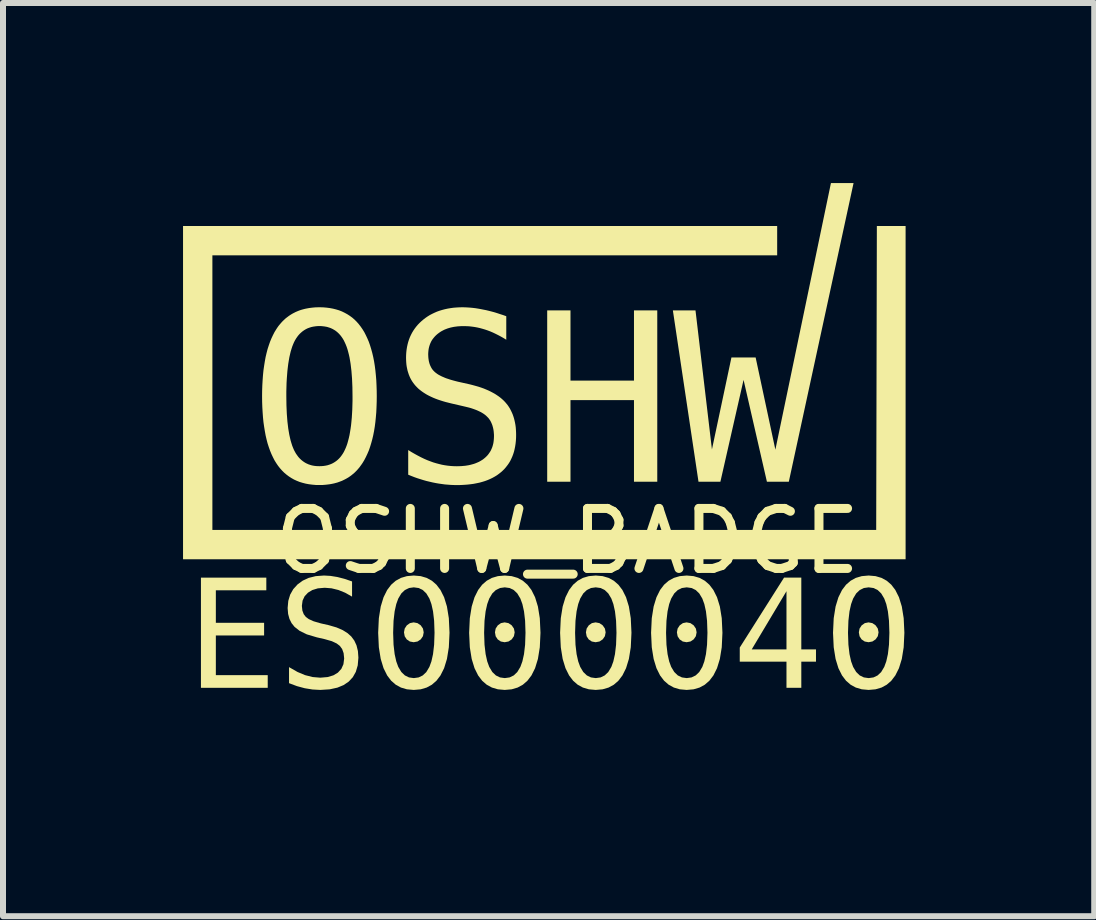
<source format=kicad_pcb>
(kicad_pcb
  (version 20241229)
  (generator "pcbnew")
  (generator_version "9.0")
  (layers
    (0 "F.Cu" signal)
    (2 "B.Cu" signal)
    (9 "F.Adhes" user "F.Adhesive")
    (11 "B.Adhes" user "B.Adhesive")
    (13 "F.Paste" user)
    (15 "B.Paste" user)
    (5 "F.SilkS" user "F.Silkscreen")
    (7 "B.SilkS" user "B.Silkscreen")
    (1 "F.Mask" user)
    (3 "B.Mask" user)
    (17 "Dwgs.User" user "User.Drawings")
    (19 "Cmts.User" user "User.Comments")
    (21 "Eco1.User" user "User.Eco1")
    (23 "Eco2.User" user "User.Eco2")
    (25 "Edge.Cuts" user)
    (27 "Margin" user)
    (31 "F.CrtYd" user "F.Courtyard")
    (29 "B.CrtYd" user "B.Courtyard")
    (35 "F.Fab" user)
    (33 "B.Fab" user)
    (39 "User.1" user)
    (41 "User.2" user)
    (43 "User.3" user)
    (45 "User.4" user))
  (footprint "OSHW_BADGE"
    (layer "F.Cu")
    (at 6.406 6.467)
    (property "Reference" "OSHW_BADGE" (at 0 -0.5 0) (unlocked yes) (layer "F.SilkS") (effects (font (size 1 1) (thickness 0.15))))
    (attr smd board_only exclude_from_pos_files exclude_from_bom allow_missing_courtyard)
    (fp_poly (pts (xy -3.178 -2.915) (xy -3.178 -2.915) (xy -3.178 -2.915)) (stroke (width 0) (type solid)) (fill yes) (layer "F.SilkS"))
    (fp_poly (pts (xy 5.634 -0.198) (xy -6.406 -0.198) (xy -6.406 -5.751) (xy 3.494 -5.751) (xy 3.494 -5.262) (xy -5.917 -5.262) (xy -5.917 -0.687) (xy 5.144 -0.687) (xy 5.155 -5.751) (xy 5.634 -5.751)) (stroke (width 0) (type solid)) (fill yes) (layer "F.SilkS"))
    (fp_poly (pts (xy 0.05 -3.175) (xy 1.108 -3.175) (xy 1.108 -4.345) (xy 1.496 -4.345) (xy 1.496 -1.49) (xy 1.108 -1.49) (xy 1.108 -2.85) (xy 0.05 -2.85) (xy 0.05 -1.49) (xy -0.338 -1.49) (xy -0.338 -4.345) (xy 0.05 -4.345)) (stroke (width 0) (type solid)) (fill yes) (layer "F.SilkS"))
    (fp_poly (pts (xy 3.688 -1.49) (xy 3.323 -1.49) (xy 2.934 -3.187) (xy 2.548 -1.49) (xy 2.183 -1.49) (xy 1.756 -4.345) (xy 2.133 -4.345) (xy 2.407 -2.028) (xy 2.732 -3.561) (xy 3.135 -3.561) (xy 3.464 -2.024) (xy 4.39 -6.467) (xy 4.767 -6.467)) (stroke (width 0) (type solid)) (fill yes) (layer "F.SilkS"))
    (fp_poly (pts (xy -4.075 -4.396) (xy -4.017 -4.391) (xy -3.962 -4.384) (xy -3.908 -4.374) (xy -3.856 -4.361) (xy -3.806 -4.346) (xy -3.758 -4.327) (xy -3.713 -4.305) (xy -3.669 -4.281) (xy -3.627 -4.254) (xy -3.586 -4.224) (xy -3.548 -4.191) (xy -3.512 -4.155) (xy -3.478 -4.116) (xy -3.446 -4.075) (xy -3.415 -4.03) (xy -3.386 -3.983) (xy -3.36 -3.932) (xy -3.335 -3.879) (xy -3.311 -3.823) (xy -3.29 -3.763) (xy -3.271 -3.701) (xy -3.253 -3.636) (xy -3.237 -3.568) (xy -3.223 -3.497) (xy -3.211 -3.422) (xy -3.201 -3.345) (xy -3.193 -3.265) (xy -3.186 -3.182) (xy -3.182 -3.096) (xy -3.179 -3.007) (xy -3.178 -2.915) (xy -3.179 -2.823) (xy -3.182 -2.735) (xy -3.186 -2.649) (xy -3.193 -2.566) (xy -3.201 -2.486) (xy -3.211 -2.409) (xy -3.223 -2.335) (xy -3.237 -2.264) (xy -3.253 -2.196) (xy -3.271 -2.131) (xy -3.29 -2.069) (xy -3.311 -2.009) (xy -3.335 -1.953) (xy -3.36 -1.9) (xy -3.386 -1.85) (xy -3.415 -1.802) (xy -3.43 -1.78) (xy -3.446 -1.758) (xy -3.461 -1.737) (xy -3.478 -1.716) (xy -3.495 -1.696) (xy -3.512 -1.677) (xy -3.53 -1.659) (xy -3.548 -1.641) (xy -3.567 -1.625) (xy -3.586 -1.609) (xy -3.606 -1.593) (xy -3.627 -1.578) (xy -3.647 -1.564) (xy -3.669 -1.551) (xy -3.69 -1.539) (xy -3.713 -1.527) (xy -3.735 -1.516) (xy -3.758 -1.505) (xy -3.782 -1.496) (xy -3.806 -1.487) (xy -3.831 -1.478) (xy -3.856 -1.471) (xy -3.882 -1.464) (xy -3.908 -1.458) (xy -3.934 -1.453) (xy -3.962 -1.448) (xy -4.017 -1.441) (xy -4.075 -1.436) (xy -4.134 -1.435) (xy -4.194 -1.436) (xy -4.251 -1.441) (xy -4.307 -1.448) (xy -4.361 -1.458) (xy -4.412 -1.471) (xy -4.462 -1.486) (xy -4.51 -1.505) (xy -4.556 -1.526) (xy -4.6 -1.551) (xy -4.642 -1.578) (xy -4.682 -1.608) (xy -4.72 -1.64) (xy -4.756 -1.676) (xy -4.791 -1.715) (xy -4.823 -1.756) (xy -4.853 -1.8) (xy -4.882 -1.847) (xy -4.908 -1.898) (xy -4.933 -1.951) (xy -4.956 -2.007) (xy -4.977 -2.066) (xy -4.997 -2.128) (xy -5.014 -2.193) (xy -5.03 -2.262) (xy -5.043 -2.333) (xy -5.055 -2.407) (xy -5.066 -2.484) (xy -5.074 -2.564) (xy -5.08 -2.648) (xy -5.085 -2.734) (xy -5.088 -2.823) (xy -5.089 -2.915) (xy -4.685 -2.915) (xy -4.683 -2.764) (xy -4.677 -2.624) (xy -4.667 -2.495) (xy -4.653 -2.377) (xy -4.644 -2.323) (xy -4.635 -2.271) (xy -4.624 -2.222) (xy -4.613 -2.175) (xy -4.6 -2.132) (xy -4.587 -2.091) (xy -4.572 -2.053) (xy -4.557 -2.018) (xy -4.54 -1.986) (xy -4.531 -1.97) (xy -4.522 -1.955) (xy -4.512 -1.941) (xy -4.502 -1.927) (xy -4.492 -1.913) (xy -4.482 -1.9) (xy -4.471 -1.888) (xy -4.46 -1.876) (xy -4.448 -1.865) (xy -4.437 -1.854) (xy -4.424 -1.844) (xy -4.412 -1.834) (xy -4.399 -1.825) (xy -4.386 -1.816) (xy -4.373 -1.808) (xy -4.359 -1.8) (xy -4.345 -1.793) (xy -4.331 -1.787) (xy -4.316 -1.78) (xy -4.301 -1.775) (xy -4.286 -1.77) (xy -4.27 -1.765) (xy -4.254 -1.761) (xy -4.238 -1.758) (xy -4.222 -1.755) (xy -4.205 -1.753) (xy -4.188 -1.751) (xy -4.17 -1.75) (xy -4.134 -1.749) (xy -4.098 -1.75) (xy -4.063 -1.753) (xy -4.03 -1.758) (xy -3.997 -1.765) (xy -3.966 -1.775) (xy -3.937 -1.786) (xy -3.908 -1.8) (xy -3.881 -1.816) (xy -3.856 -1.833) (xy -3.831 -1.853) (xy -3.808 -1.875) (xy -3.786 -1.899) (xy -3.766 -1.925) (xy -3.746 -1.954) (xy -3.728 -1.984) (xy -3.712 -2.016) (xy -3.696 -2.051) (xy -3.681 -2.089) (xy -3.667 -2.13) (xy -3.655 -2.174) (xy -3.643 -2.22) (xy -3.632 -2.269) (xy -3.623 -2.321) (xy -3.614 -2.376) (xy -3.606 -2.433) (xy -3.6 -2.494) (xy -3.594 -2.557) (xy -3.59 -2.623) (xy -3.586 -2.692) (xy -3.584 -2.763) (xy -3.582 -2.838) (xy -3.582 -2.915) (xy -3.584 -3.067) (xy -3.59 -3.207) (xy -3.6 -3.336) (xy -3.614 -3.454) (xy -3.623 -3.509) (xy -3.632 -3.561) (xy -3.643 -3.61) (xy -3.655 -3.657) (xy -3.667 -3.7) (xy -3.681 -3.741) (xy -3.696 -3.779) (xy -3.712 -3.814) (xy -3.728 -3.847) (xy -3.737 -3.862) (xy -3.746 -3.877) (xy -3.756 -3.892) (xy -3.766 -3.906) (xy -3.776 -3.919) (xy -3.786 -3.932) (xy -3.797 -3.944) (xy -3.808 -3.956) (xy -3.819 -3.967) (xy -3.831 -3.978) (xy -3.843 -3.989) (xy -3.856 -3.998) (xy -3.868 -4.008) (xy -3.881 -4.016) (xy -3.895 -4.024) (xy -3.908 -4.032) (xy -3.922 -4.039) (xy -3.937 -4.046) (xy -3.951 -4.052) (xy -3.966 -4.057) (xy -3.982 -4.062) (xy -3.997 -4.067) (xy -4.013 -4.071) (xy -4.03 -4.074) (xy -4.046 -4.077) (xy -4.063 -4.079) (xy -4.08 -4.081) (xy -4.098 -4.083) (xy -4.134 -4.084) (xy -4.17 -4.083) (xy -4.205 -4.079) (xy -4.238 -4.074) (xy -4.27 -4.067) (xy -4.301 -4.057) (xy -4.331 -4.046) (xy -4.359 -4.032) (xy -4.386 -4.016) (xy -4.412 -3.998) (xy -4.436 -3.978) (xy -4.46 -3.956) (xy -4.482 -3.932) (xy -4.502 -3.906) (xy -4.522 -3.877) (xy -4.54 -3.847) (xy -4.557 -3.814) (xy -4.572 -3.779) (xy -4.587 -3.741) (xy -4.6 -3.7) (xy -4.613 -3.657) (xy -4.624 -3.61) (xy -4.635 -3.561) (xy -4.644 -3.509) (xy -4.653 -3.454) (xy -4.66 -3.397) (xy -4.667 -3.336) (xy -4.672 -3.273) (xy -4.677 -3.207) (xy -4.681 -3.138) (xy -4.683 -3.067) (xy -4.685 -2.992) (xy -4.685 -2.915) (xy -5.089 -2.915) (xy -5.089 -2.915) (xy -5.088 -3.007) (xy -5.085 -3.096) (xy -5.08 -3.182) (xy -5.074 -3.265) (xy -5.066 -3.345) (xy -5.055 -3.422) (xy -5.043 -3.497) (xy -5.03 -3.568) (xy -5.014 -3.636) (xy -4.997 -3.701) (xy -4.977 -3.763) (xy -4.956 -3.823) (xy -4.933 -3.879) (xy -4.908 -3.932) (xy -4.882 -3.983) (xy -4.853 -4.03) (xy -4.838 -4.053) (xy -4.823 -4.075) (xy -4.807 -4.096) (xy -4.79 -4.116) (xy -4.773 -4.136) (xy -4.756 -4.155) (xy -4.738 -4.173) (xy -4.719 -4.191) (xy -4.701 -4.208) (xy -4.681 -4.224) (xy -4.661 -4.239) (xy -4.641 -4.254) (xy -4.62 -4.268) (xy -4.599 -4.281) (xy -4.577 -4.294) (xy -4.555 -4.305) (xy -4.532 -4.317) (xy -4.509 -4.327) (xy -4.485 -4.337) (xy -4.461 -4.346) (xy -4.437 -4.354) (xy -4.412 -4.361) (xy -4.386 -4.368) (xy -4.36 -4.374) (xy -4.306 -4.384) (xy -4.251 -4.391) (xy -4.194 -4.396) (xy -4.134 -4.397)) (stroke (width 0) (type solid)) (fill yes) (layer "F.SilkS"))
    (fp_poly (pts (xy -1.708 -4.396) (xy -1.666 -4.394) (xy -1.623 -4.391) (xy -1.58 -4.387) (xy -1.537 -4.382) (xy -1.493 -4.375) (xy -1.448 -4.367) (xy -1.403 -4.358) (xy -1.357 -4.349) (xy -1.311 -4.338) (xy -1.264 -4.326) (xy -1.216 -4.313) (xy -1.168 -4.298) (xy -1.12 -4.282) (xy -1.07 -4.266) (xy -1.02 -4.248) (xy -1.02 -3.856) (xy -1.064 -3.883) (xy -1.108 -3.908) (xy -1.153 -3.932) (xy -1.197 -3.954) (xy -1.241 -3.975) (xy -1.285 -3.994) (xy -1.33 -4.011) (xy -1.374 -4.026) (xy -1.418 -4.039) (xy -1.462 -4.051) (xy -1.507 -4.061) (xy -1.551 -4.069) (xy -1.596 -4.075) (xy -1.64 -4.08) (xy -1.685 -4.082) (xy -1.73 -4.083) (xy -1.764 -4.083) (xy -1.796 -4.081) (xy -1.828 -4.079) (xy -1.859 -4.075) (xy -1.89 -4.071) (xy -1.919 -4.065) (xy -1.947 -4.059) (xy -1.975 -4.051) (xy -2.001 -4.043) (xy -2.027 -4.033) (xy -2.052 -4.023) (xy -2.075 -4.011) (xy -2.098 -3.999) (xy -2.121 -3.985) (xy -2.142 -3.97) (xy -2.162 -3.955) (xy -2.181 -3.939) (xy -2.199 -3.922) (xy -2.216 -3.904) (xy -2.231 -3.886) (xy -2.246 -3.867) (xy -2.259 -3.848) (xy -2.271 -3.827) (xy -2.281 -3.806) (xy -2.29 -3.785) (xy -2.298 -3.762) (xy -2.305 -3.739) (xy -2.311 -3.715) (xy -2.315 -3.691) (xy -2.318 -3.665) (xy -2.32 -3.639) (xy -2.321 -3.613) (xy -2.32 -3.589) (xy -2.319 -3.567) (xy -2.317 -3.545) (xy -2.314 -3.524) (xy -2.311 -3.503) (xy -2.306 -3.483) (xy -2.301 -3.464) (xy -2.295 -3.446) (xy -2.288 -3.428) (xy -2.28 -3.411) (xy -2.272 -3.395) (xy -2.263 -3.379) (xy -2.253 -3.364) (xy -2.242 -3.35) (xy -2.23 -3.337) (xy -2.217 -3.324) (xy -2.204 -3.312) (xy -2.188 -3.3) (xy -2.172 -3.288) (xy -2.154 -3.276) (xy -2.134 -3.265) (xy -2.113 -3.254) (xy -2.091 -3.243) (xy -2.067 -3.233) (xy -2.042 -3.222) (xy -2.016 -3.212) (xy -1.988 -3.203) (xy -1.959 -3.193) (xy -1.928 -3.184) (xy -1.896 -3.175) (xy -1.862 -3.166) (xy -1.827 -3.157) (xy -1.625 -3.112) (xy -1.575 -3.099) (xy -1.528 -3.086) (xy -1.482 -3.073) (xy -1.437 -3.058) (xy -1.395 -3.043) (xy -1.354 -3.026) (xy -1.315 -3.009) (xy -1.278 -2.991) (xy -1.242 -2.972) (xy -1.208 -2.953) (xy -1.176 -2.932) (xy -1.145 -2.911) (xy -1.116 -2.889) (xy -1.089 -2.866) (xy -1.063 -2.842) (xy -1.039 -2.817) (xy -1.017 -2.791) (xy -0.996 -2.765) (xy -0.977 -2.737) (xy -0.959 -2.708) (xy -0.943 -2.677) (xy -0.928 -2.646) (xy -0.914 -2.614) (xy -0.902 -2.58) (xy -0.891 -2.545) (xy -0.882 -2.509) (xy -0.874 -2.472) (xy -0.867 -2.434) (xy -0.862 -2.395) (xy -0.859 -2.354) (xy -0.857 -2.313) (xy -0.856 -2.27) (xy -0.857 -2.22) (xy -0.86 -2.171) (xy -0.865 -2.124) (xy -0.872 -2.079) (xy -0.881 -2.034) (xy -0.891 -1.992) (xy -0.904 -1.951) (xy -0.919 -1.911) (xy -0.936 -1.873) (xy -0.954 -1.836) (xy -0.975 -1.801) (xy -0.998 -1.768) (xy -1.023 -1.736) (xy -1.049 -1.705) (xy -1.078 -1.676) (xy -1.108 -1.649) (xy -1.141 -1.623) (xy -1.175 -1.598) (xy -1.211 -1.576) (xy -1.249 -1.555) (xy -1.288 -1.536) (xy -1.33 -1.518) (xy -1.373 -1.502) (xy -1.418 -1.488) (xy -1.465 -1.475) (xy -1.513 -1.465) (xy -1.564 -1.455) (xy -1.616 -1.448) (xy -1.67 -1.442) (xy -1.726 -1.438) (xy -1.783 -1.435) (xy -1.843 -1.434) (xy -1.893 -1.435) (xy -1.943 -1.437) (xy -1.994 -1.441) (xy -2.044 -1.445) (xy -2.094 -1.452) (xy -2.145 -1.459) (xy -2.196 -1.468) (xy -2.246 -1.478) (xy -2.297 -1.49) (xy -2.348 -1.502) (xy -2.398 -1.516) (xy -2.449 -1.532) (xy -2.5 -1.548) (xy -2.551 -1.566) (xy -2.602 -1.586) (xy -2.654 -1.607) (xy -2.654 -2.018) (xy -2.599 -1.984) (xy -2.545 -1.953) (xy -2.492 -1.924) (xy -2.44 -1.897) (xy -2.388 -1.872) (xy -2.338 -1.85) (xy -2.288 -1.831) (xy -2.239 -1.813) (xy -2.189 -1.798) (xy -2.14 -1.785) (xy -2.091 -1.773) (xy -2.041 -1.764) (xy -1.992 -1.757) (xy -1.942 -1.752) (xy -1.892 -1.749) (xy -1.843 -1.748) (xy -1.807 -1.749) (xy -1.772 -1.75) (xy -1.738 -1.753) (xy -1.704 -1.756) (xy -1.672 -1.761) (xy -1.642 -1.766) (xy -1.612 -1.773) (xy -1.583 -1.781) (xy -1.555 -1.789) (xy -1.528 -1.799) (xy -1.502 -1.81) (xy -1.477 -1.821) (xy -1.453 -1.834) (xy -1.43 -1.848) (xy -1.408 -1.862) (xy -1.388 -1.878) (xy -1.368 -1.895) (xy -1.349 -1.913) (xy -1.332 -1.931) (xy -1.316 -1.951) (xy -1.302 -1.971) (xy -1.288 -1.992) (xy -1.276 -2.013) (xy -1.266 -2.036) (xy -1.256 -2.059) (xy -1.248 -2.083) (xy -1.241 -2.108) (xy -1.235 -2.134) (xy -1.231 -2.161) (xy -1.228 -2.188) (xy -1.226 -2.216) (xy -1.225 -2.245) (xy -1.225 -2.272) (xy -1.227 -2.297) (xy -1.229 -2.322) (xy -1.232 -2.346) (xy -1.236 -2.369) (xy -1.241 -2.392) (xy -1.247 -2.413) (xy -1.253 -2.434) (xy -1.261 -2.454) (xy -1.269 -2.473) (xy -1.278 -2.492) (xy -1.288 -2.51) (xy -1.299 -2.526) (xy -1.311 -2.543) (xy -1.324 -2.558) (xy -1.338 -2.572) (xy -1.352 -2.586) (xy -1.368 -2.6) (xy -1.385 -2.613) (xy -1.404 -2.626) (xy -1.423 -2.638) (xy -1.444 -2.65) (xy -1.467 -2.661) (xy -1.49 -2.672) (xy -1.515 -2.683) (xy -1.541 -2.693) (xy -1.569 -2.703) (xy -1.598 -2.713) (xy -1.628 -2.722) (xy -1.659 -2.73) (xy -1.692 -2.738) (xy -1.726 -2.746) (xy -1.933 -2.794) (xy -1.981 -2.806) (xy -2.029 -2.818) (xy -2.074 -2.831) (xy -2.118 -2.845) (xy -2.16 -2.859) (xy -2.2 -2.874) (xy -2.239 -2.89) (xy -2.276 -2.907) (xy -2.311 -2.924) (xy -2.345 -2.942) (xy -2.376 -2.961) (xy -2.407 -2.981) (xy -2.435 -3.001) (xy -2.462 -3.022) (xy -2.487 -3.043) (xy -2.51 -3.066) (xy -2.532 -3.089) (xy -2.552 -3.113) (xy -2.571 -3.138) (xy -2.589 -3.164) (xy -2.605 -3.191) (xy -2.62 -3.219) (xy -2.633 -3.248) (xy -2.645 -3.278) (xy -2.655 -3.309) (xy -2.665 -3.341) (xy -2.672 -3.374) (xy -2.679 -3.408) (xy -2.684 -3.443) (xy -2.687 -3.479) (xy -2.689 -3.516) (xy -2.69 -3.553) (xy -2.689 -3.601) (xy -2.686 -3.647) (xy -2.681 -3.691) (xy -2.674 -3.735) (xy -2.665 -3.777) (xy -2.654 -3.819) (xy -2.641 -3.859) (xy -2.626 -3.898) (xy -2.609 -3.935) (xy -2.59 -3.972) (xy -2.569 -4.007) (xy -2.546 -4.041) (xy -2.521 -4.074) (xy -2.494 -4.106) (xy -2.465 -4.136) (xy -2.434 -4.165) (xy -2.401 -4.193) (xy -2.366 -4.22) (xy -2.331 -4.244) (xy -2.294 -4.267) (xy -2.256 -4.287) (xy -2.216 -4.306) (xy -2.175 -4.324) (xy -2.133 -4.339) (xy -2.09 -4.352) (xy -2.045 -4.364) (xy -1.999 -4.374) (xy -1.952 -4.382) (xy -1.903 -4.389) (xy -1.853 -4.393) (xy -1.802 -4.396) (xy -1.749 -4.397)) (stroke (width 0) (type solid)) (fill yes) (layer "F.SilkS"))
    (fp_text user "ES000040" (at -6.35 2.25 0) (unlocked yes) (layer "F.SilkS") (effects (font (face "Liberation Mono") (size 1.8 1.8) (thickness 0.15)) (justify left bottom))))
  (gr_rect
    (start -3 -3)
    (end 15.183 12.217)
    (stroke (width 0.1) (type default))
    (fill no)
    (layer "Edge.Cuts")))
</source>
